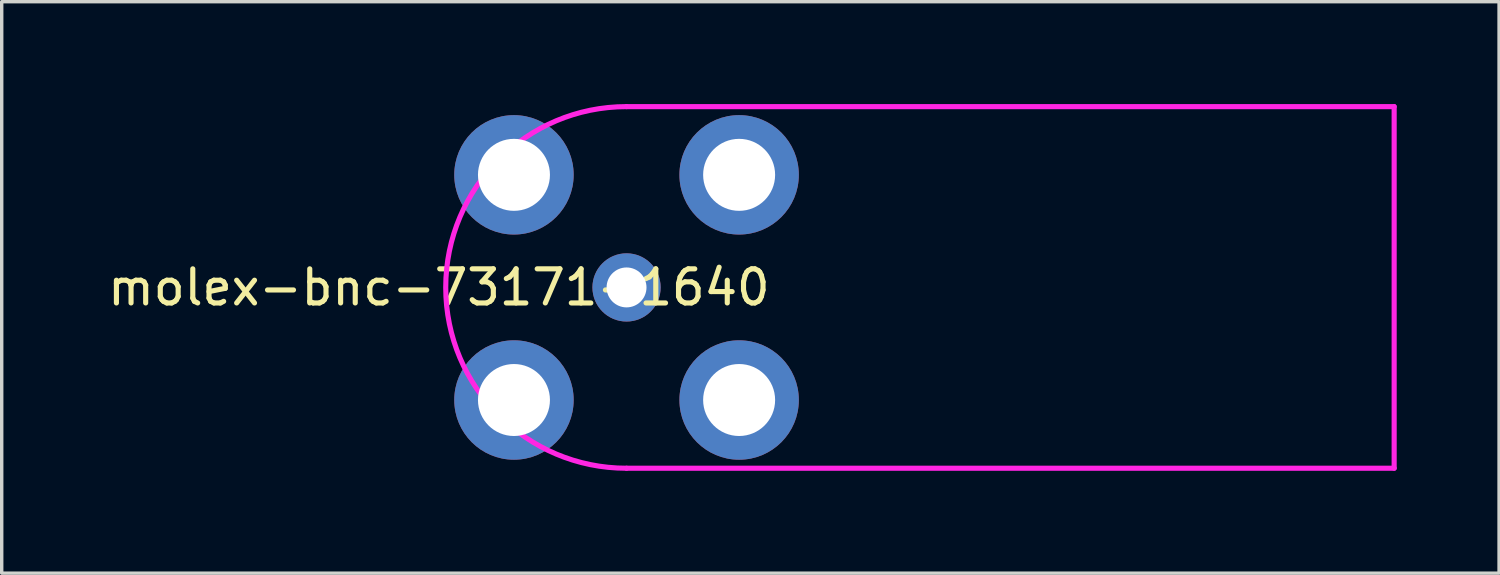
<source format=kicad_pcb>
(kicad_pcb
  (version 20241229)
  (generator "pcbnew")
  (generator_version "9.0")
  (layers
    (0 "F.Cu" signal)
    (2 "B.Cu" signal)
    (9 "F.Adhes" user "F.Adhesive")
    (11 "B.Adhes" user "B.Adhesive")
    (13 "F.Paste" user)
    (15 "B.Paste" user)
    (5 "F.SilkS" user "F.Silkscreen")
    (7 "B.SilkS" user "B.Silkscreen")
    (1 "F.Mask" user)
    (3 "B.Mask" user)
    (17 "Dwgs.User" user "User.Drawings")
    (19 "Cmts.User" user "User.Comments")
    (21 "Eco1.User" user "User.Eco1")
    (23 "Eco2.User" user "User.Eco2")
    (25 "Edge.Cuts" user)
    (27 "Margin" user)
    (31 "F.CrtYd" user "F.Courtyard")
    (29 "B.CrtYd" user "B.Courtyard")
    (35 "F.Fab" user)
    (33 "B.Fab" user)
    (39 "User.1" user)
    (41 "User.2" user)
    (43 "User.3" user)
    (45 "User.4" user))
  (footprint "molex-bnc-73171-1640"
    (layer "F.Cu")
    (at 15.315 5.375)
    (property "Reference" "molex-bnc-73171-1640" (at -5.5 0 0) (layer "F.SilkS") (effects (font (size 1 1) (thickness 0.15))))
    (attr through_hole)
    (fp_line (start 0 -5.3) (end 22.5 -5.3) (stroke (width 0.15) (type solid)) (layer "F.CrtYd"))
    (fp_line (start 22.5 -5.3) (end 22.5 5.3) (stroke (width 0.15) (type solid)) (layer "F.CrtYd"))
    (fp_line (start 22.5 5.3) (end 0 5.3) (stroke (width 0.15) (type solid)) (layer "F.CrtYd"))
    (fp_arc (start 0 5.3) (mid -5.3 0) (end 0 -5.3) (stroke (width 0.15) (type solid)) (layer "F.CrtYd"))
    (pad "1" thru_hole circle (at 0 0) (size 2 2) (drill 1.17) (layers "*.Cu" "*.Mask"))
    (pad "2" thru_hole circle (at -3.3 -3.3) (size 3.5 3.5) (drill 2.11) (layers "*.Cu" "*.Mask"))
    (pad "2" thru_hole circle (at -3.3 3.3) (size 3.5 3.5) (drill 2.11) (layers "*.Cu" "*.Mask"))
    (pad "2" thru_hole circle (at 3.3 -3.3) (size 3.5 3.5) (drill 2.11) (layers "*.Cu" "*.Mask"))
    (pad "2" thru_hole circle (at 3.3 3.3) (size 3.5 3.5) (drill 2.11) (layers "*.Cu" "*.Mask")))
  (gr_rect
    (start -3 -3)
    (end 40.89 13.75)
    (stroke (width 0.1) (type default))
    (fill no)
    (layer "Edge.Cuts")))
</source>
